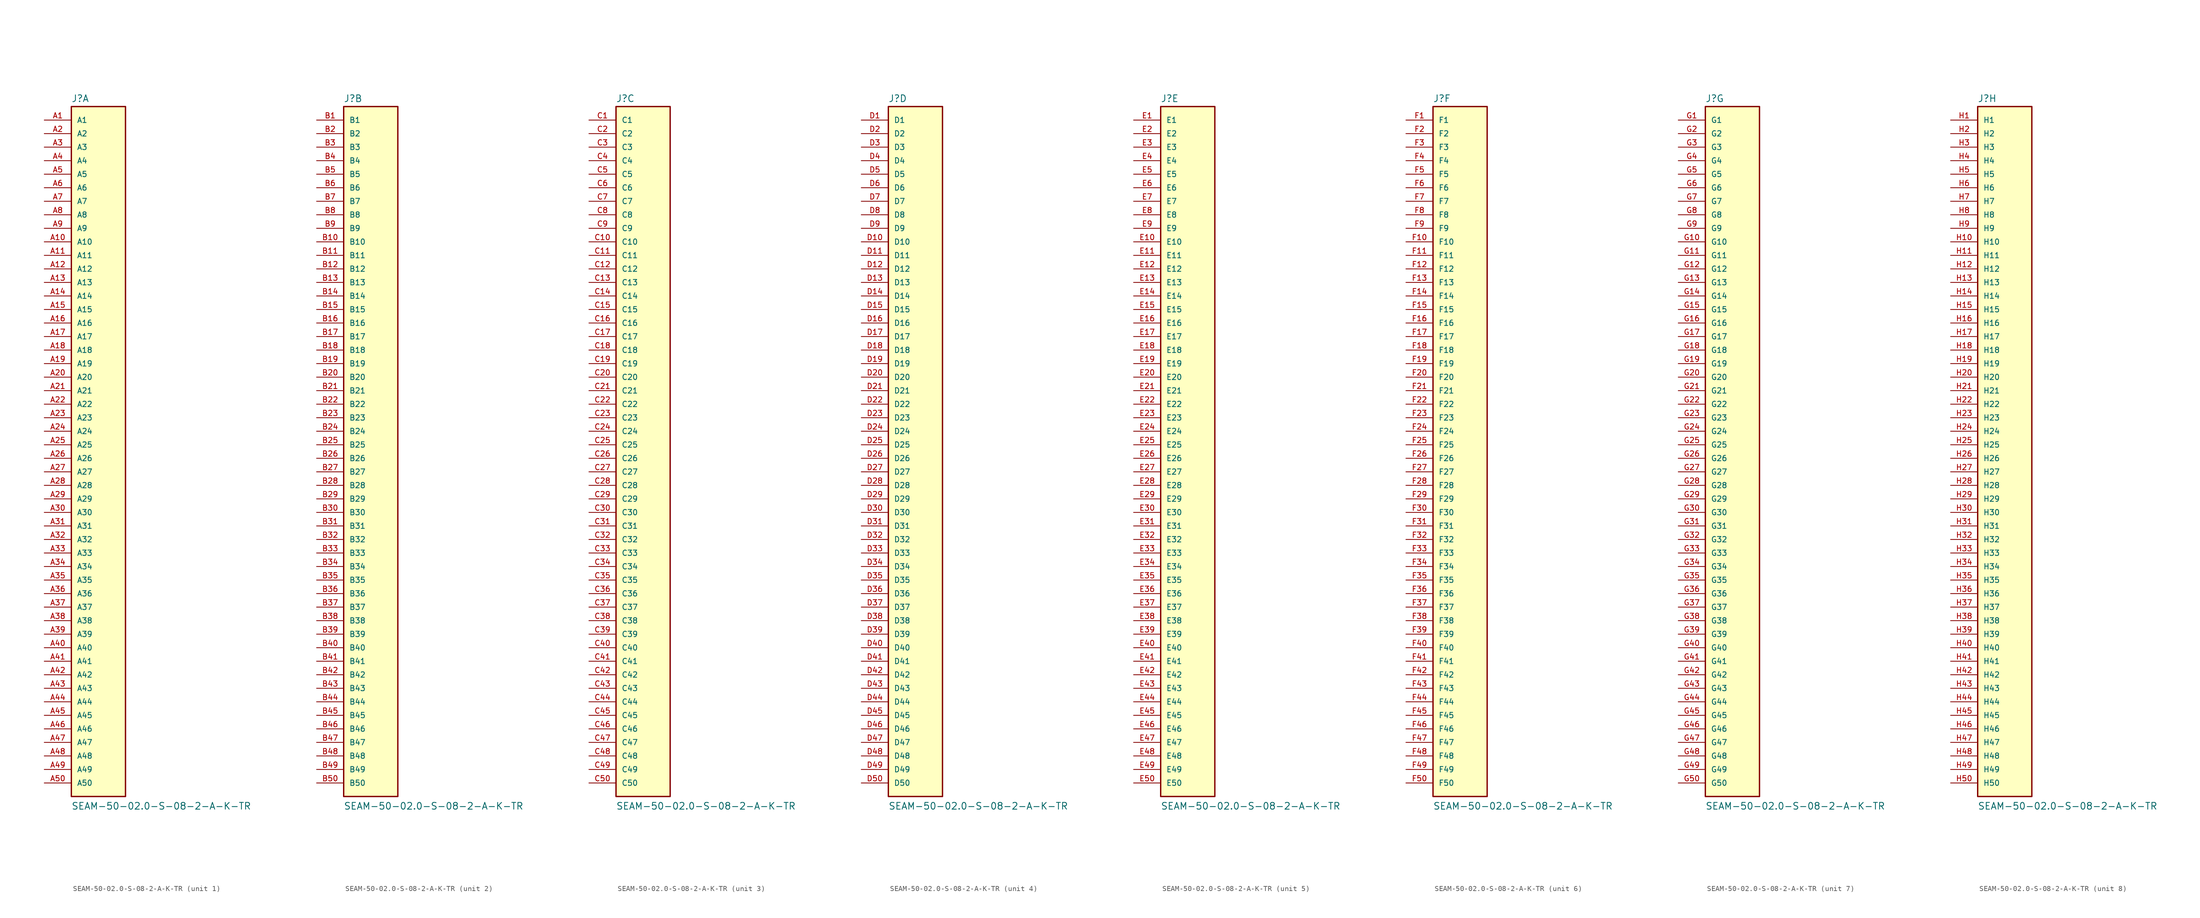
<source format=kicad_sym>
(kicad_symbol_lib
  (version 20211014)
  (generator kicad_symbol_editor)
  (symbol "SEAM-50-02.0-S-08-2-A-K-TR"
    (pin_names
      (offset 1.016))
    (property "Reference" "J"
      (at -5.08 64.262 0)
      (effects (font (size 1.27 1.27)) (justify bottom left)))
    (property "Value" "SEAM-50-02.0-S-08-2-A-K-TR"
      (at -5.08 -68.58 0)
      (effects (font (size 1.27 1.27)) (justify bottom left)))
    (symbol "SEAM-50-02.0-S-08-2-A-K-TR_1_0"
      (rectangle (start -5.08 -66.04) (end 5.08 63.5) (stroke (width 0.254)) (fill (type background)))
      (pin passive line (at -10.16 60.96 0) (length 5.08) (name "A1" (effects (font (size 1.016 1.016)))) (number "A1" (effects (font (size 1.016 1.016)))))
      (pin passive line (at -10.16 58.42 0) (length 5.08) (name "A2" (effects (font (size 1.016 1.016)))) (number "A2" (effects (font (size 1.016 1.016)))))
      (pin passive line (at -10.16 55.88 0) (length 5.08) (name "A3" (effects (font (size 1.016 1.016)))) (number "A3" (effects (font (size 1.016 1.016)))))
      (pin passive line (at -10.16 53.34 0) (length 5.08) (name "A4" (effects (font (size 1.016 1.016)))) (number "A4" (effects (font (size 1.016 1.016)))))
      (pin passive line (at -10.16 50.8 0) (length 5.08) (name "A5" (effects (font (size 1.016 1.016)))) (number "A5" (effects (font (size 1.016 1.016)))))
      (pin passive line (at -10.16 48.26 0) (length 5.08) (name "A6" (effects (font (size 1.016 1.016)))) (number "A6" (effects (font (size 1.016 1.016)))))
      (pin passive line (at -10.16 45.72 0) (length 5.08) (name "A7" (effects (font (size 1.016 1.016)))) (number "A7" (effects (font (size 1.016 1.016)))))
      (pin passive line (at -10.16 43.18 0) (length 5.08) (name "A8" (effects (font (size 1.016 1.016)))) (number "A8" (effects (font (size 1.016 1.016)))))
      (pin passive line (at -10.16 40.64 0) (length 5.08) (name "A9" (effects (font (size 1.016 1.016)))) (number "A9" (effects (font (size 1.016 1.016)))))
      (pin passive line (at -10.16 38.1 0) (length 5.08) (name "A10" (effects (font (size 1.016 1.016)))) (number "A10" (effects (font (size 1.016 1.016)))))
      (pin passive line (at -10.16 35.56 0) (length 5.08) (name "A11" (effects (font (size 1.016 1.016)))) (number "A11" (effects (font (size 1.016 1.016)))))
      (pin passive line (at -10.16 33.02 0) (length 5.08) (name "A12" (effects (font (size 1.016 1.016)))) (number "A12" (effects (font (size 1.016 1.016)))))
      (pin passive line (at -10.16 30.48 0) (length 5.08) (name "A13" (effects (font (size 1.016 1.016)))) (number "A13" (effects (font (size 1.016 1.016)))))
      (pin passive line (at -10.16 27.94 0) (length 5.08) (name "A14" (effects (font (size 1.016 1.016)))) (number "A14" (effects (font (size 1.016 1.016)))))
      (pin passive line (at -10.16 25.4 0) (length 5.08) (name "A15" (effects (font (size 1.016 1.016)))) (number "A15" (effects (font (size 1.016 1.016)))))
      (pin passive line (at -10.16 22.86 0) (length 5.08) (name "A16" (effects (font (size 1.016 1.016)))) (number "A16" (effects (font (size 1.016 1.016)))))
      (pin passive line (at -10.16 20.32 0) (length 5.08) (name "A17" (effects (font (size 1.016 1.016)))) (number "A17" (effects (font (size 1.016 1.016)))))
      (pin passive line (at -10.16 17.78 0) (length 5.08) (name "A18" (effects (font (size 1.016 1.016)))) (number "A18" (effects (font (size 1.016 1.016)))))
      (pin passive line (at -10.16 15.24 0) (length 5.08) (name "A19" (effects (font (size 1.016 1.016)))) (number "A19" (effects (font (size 1.016 1.016)))))
      (pin passive line (at -10.16 12.7 0) (length 5.08) (name "A20" (effects (font (size 1.016 1.016)))) (number "A20" (effects (font (size 1.016 1.016)))))
      (pin passive line (at -10.16 10.16 0) (length 5.08) (name "A21" (effects (font (size 1.016 1.016)))) (number "A21" (effects (font (size 1.016 1.016)))))
      (pin passive line (at -10.16 7.62 0) (length 5.08) (name "A22" (effects (font (size 1.016 1.016)))) (number "A22" (effects (font (size 1.016 1.016)))))
      (pin passive line (at -10.16 5.08 0) (length 5.08) (name "A23" (effects (font (size 1.016 1.016)))) (number "A23" (effects (font (size 1.016 1.016)))))
      (pin passive line (at -10.16 2.54 0) (length 5.08) (name "A24" (effects (font (size 1.016 1.016)))) (number "A24" (effects (font (size 1.016 1.016)))))
      (pin passive line (at -10.16 0.0 0) (length 5.08) (name "A25" (effects (font (size 1.016 1.016)))) (number "A25" (effects (font (size 1.016 1.016)))))
      (pin passive line (at -10.16 -2.54 0) (length 5.08) (name "A26" (effects (font (size 1.016 1.016)))) (number "A26" (effects (font (size 1.016 1.016)))))
      (pin passive line (at -10.16 -5.08 0) (length 5.08) (name "A27" (effects (font (size 1.016 1.016)))) (number "A27" (effects (font (size 1.016 1.016)))))
      (pin passive line (at -10.16 -7.62 0) (length 5.08) (name "A28" (effects (font (size 1.016 1.016)))) (number "A28" (effects (font (size 1.016 1.016)))))
      (pin passive line (at -10.16 -10.16 0) (length 5.08) (name "A29" (effects (font (size 1.016 1.016)))) (number "A29" (effects (font (size 1.016 1.016)))))
      (pin passive line (at -10.16 -12.7 0) (length 5.08) (name "A30" (effects (font (size 1.016 1.016)))) (number "A30" (effects (font (size 1.016 1.016)))))
      (pin passive line (at -10.16 -15.24 0) (length 5.08) (name "A31" (effects (font (size 1.016 1.016)))) (number "A31" (effects (font (size 1.016 1.016)))))
      (pin passive line (at -10.16 -17.78 0) (length 5.08) (name "A32" (effects (font (size 1.016 1.016)))) (number "A32" (effects (font (size 1.016 1.016)))))
      (pin passive line (at -10.16 -20.32 0) (length 5.08) (name "A33" (effects (font (size 1.016 1.016)))) (number "A33" (effects (font (size 1.016 1.016)))))
      (pin passive line (at -10.16 -22.86 0) (length 5.08) (name "A34" (effects (font (size 1.016 1.016)))) (number "A34" (effects (font (size 1.016 1.016)))))
      (pin passive line (at -10.16 -25.4 0) (length 5.08) (name "A35" (effects (font (size 1.016 1.016)))) (number "A35" (effects (font (size 1.016 1.016)))))
      (pin passive line (at -10.16 -27.94 0) (length 5.08) (name "A36" (effects (font (size 1.016 1.016)))) (number "A36" (effects (font (size 1.016 1.016)))))
      (pin passive line (at -10.16 -30.48 0) (length 5.08) (name "A37" (effects (font (size 1.016 1.016)))) (number "A37" (effects (font (size 1.016 1.016)))))
      (pin passive line (at -10.16 -33.02 0) (length 5.08) (name "A38" (effects (font (size 1.016 1.016)))) (number "A38" (effects (font (size 1.016 1.016)))))
      (pin passive line (at -10.16 -35.56 0) (length 5.08) (name "A39" (effects (font (size 1.016 1.016)))) (number "A39" (effects (font (size 1.016 1.016)))))
      (pin passive line (at -10.16 -38.1 0) (length 5.08) (name "A40" (effects (font (size 1.016 1.016)))) (number "A40" (effects (font (size 1.016 1.016)))))
      (pin passive line (at -10.16 -40.64 0) (length 5.08) (name "A41" (effects (font (size 1.016 1.016)))) (number "A41" (effects (font (size 1.016 1.016)))))
      (pin passive line (at -10.16 -43.18 0) (length 5.08) (name "A42" (effects (font (size 1.016 1.016)))) (number "A42" (effects (font (size 1.016 1.016)))))
      (pin passive line (at -10.16 -45.72 0) (length 5.08) (name "A43" (effects (font (size 1.016 1.016)))) (number "A43" (effects (font (size 1.016 1.016)))))
      (pin passive line (at -10.16 -48.26 0) (length 5.08) (name "A44" (effects (font (size 1.016 1.016)))) (number "A44" (effects (font (size 1.016 1.016)))))
      (pin passive line (at -10.16 -50.8 0) (length 5.08) (name "A45" (effects (font (size 1.016 1.016)))) (number "A45" (effects (font (size 1.016 1.016)))))
      (pin passive line (at -10.16 -53.34 0) (length 5.08) (name "A46" (effects (font (size 1.016 1.016)))) (number "A46" (effects (font (size 1.016 1.016)))))
      (pin passive line (at -10.16 -55.88 0) (length 5.08) (name "A47" (effects (font (size 1.016 1.016)))) (number "A47" (effects (font (size 1.016 1.016)))))
      (pin passive line (at -10.16 -58.42 0) (length 5.08) (name "A48" (effects (font (size 1.016 1.016)))) (number "A48" (effects (font (size 1.016 1.016)))))
      (pin passive line (at -10.16 -60.96 0) (length 5.08) (name "A49" (effects (font (size 1.016 1.016)))) (number "A49" (effects (font (size 1.016 1.016)))))
      (pin passive line (at -10.16 -63.5 0) (length 5.08) (name "A50" (effects (font (size 1.016 1.016)))) (number "A50" (effects (font (size 1.016 1.016))))))
    (symbol "SEAM-50-02.0-S-08-2-A-K-TR_2_0"
      (rectangle (start -5.08 -66.04) (end 5.08 63.5) (stroke (width 0.254)) (fill (type background)))
      (pin passive line (at -10.16 60.96 0) (length 5.08) (name "B1" (effects (font (size 1.016 1.016)))) (number "B1" (effects (font (size 1.016 1.016)))))
      (pin passive line (at -10.16 58.42 0) (length 5.08) (name "B2" (effects (font (size 1.016 1.016)))) (number "B2" (effects (font (size 1.016 1.016)))))
      (pin passive line (at -10.16 55.88 0) (length 5.08) (name "B3" (effects (font (size 1.016 1.016)))) (number "B3" (effects (font (size 1.016 1.016)))))
      (pin passive line (at -10.16 53.34 0) (length 5.08) (name "B4" (effects (font (size 1.016 1.016)))) (number "B4" (effects (font (size 1.016 1.016)))))
      (pin passive line (at -10.16 50.8 0) (length 5.08) (name "B5" (effects (font (size 1.016 1.016)))) (number "B5" (effects (font (size 1.016 1.016)))))
      (pin passive line (at -10.16 48.26 0) (length 5.08) (name "B6" (effects (font (size 1.016 1.016)))) (number "B6" (effects (font (size 1.016 1.016)))))
      (pin passive line (at -10.16 45.72 0) (length 5.08) (name "B7" (effects (font (size 1.016 1.016)))) (number "B7" (effects (font (size 1.016 1.016)))))
      (pin passive line (at -10.16 43.18 0) (length 5.08) (name "B8" (effects (font (size 1.016 1.016)))) (number "B8" (effects (font (size 1.016 1.016)))))
      (pin passive line (at -10.16 40.64 0) (length 5.08) (name "B9" (effects (font (size 1.016 1.016)))) (number "B9" (effects (font (size 1.016 1.016)))))
      (pin passive line (at -10.16 38.1 0) (length 5.08) (name "B10" (effects (font (size 1.016 1.016)))) (number "B10" (effects (font (size 1.016 1.016)))))
      (pin passive line (at -10.16 35.56 0) (length 5.08) (name "B11" (effects (font (size 1.016 1.016)))) (number "B11" (effects (font (size 1.016 1.016)))))
      (pin passive line (at -10.16 33.02 0) (length 5.08) (name "B12" (effects (font (size 1.016 1.016)))) (number "B12" (effects (font (size 1.016 1.016)))))
      (pin passive line (at -10.16 30.48 0) (length 5.08) (name "B13" (effects (font (size 1.016 1.016)))) (number "B13" (effects (font (size 1.016 1.016)))))
      (pin passive line (at -10.16 27.94 0) (length 5.08) (name "B14" (effects (font (size 1.016 1.016)))) (number "B14" (effects (font (size 1.016 1.016)))))
      (pin passive line (at -10.16 25.4 0) (length 5.08) (name "B15" (effects (font (size 1.016 1.016)))) (number "B15" (effects (font (size 1.016 1.016)))))
      (pin passive line (at -10.16 22.86 0) (length 5.08) (name "B16" (effects (font (size 1.016 1.016)))) (number "B16" (effects (font (size 1.016 1.016)))))
      (pin passive line (at -10.16 20.32 0) (length 5.08) (name "B17" (effects (font (size 1.016 1.016)))) (number "B17" (effects (font (size 1.016 1.016)))))
      (pin passive line (at -10.16 17.78 0) (length 5.08) (name "B18" (effects (font (size 1.016 1.016)))) (number "B18" (effects (font (size 1.016 1.016)))))
      (pin passive line (at -10.16 15.24 0) (length 5.08) (name "B19" (effects (font (size 1.016 1.016)))) (number "B19" (effects (font (size 1.016 1.016)))))
      (pin passive line (at -10.16 12.7 0) (length 5.08) (name "B20" (effects (font (size 1.016 1.016)))) (number "B20" (effects (font (size 1.016 1.016)))))
      (pin passive line (at -10.16 10.16 0) (length 5.08) (name "B21" (effects (font (size 1.016 1.016)))) (number "B21" (effects (font (size 1.016 1.016)))))
      (pin passive line (at -10.16 7.62 0) (length 5.08) (name "B22" (effects (font (size 1.016 1.016)))) (number "B22" (effects (font (size 1.016 1.016)))))
      (pin passive line (at -10.16 5.08 0) (length 5.08) (name "B23" (effects (font (size 1.016 1.016)))) (number "B23" (effects (font (size 1.016 1.016)))))
      (pin passive line (at -10.16 2.54 0) (length 5.08) (name "B24" (effects (font (size 1.016 1.016)))) (number "B24" (effects (font (size 1.016 1.016)))))
      (pin passive line (at -10.16 0.0 0) (length 5.08) (name "B25" (effects (font (size 1.016 1.016)))) (number "B25" (effects (font (size 1.016 1.016)))))
      (pin passive line (at -10.16 -2.54 0) (length 5.08) (name "B26" (effects (font (size 1.016 1.016)))) (number "B26" (effects (font (size 1.016 1.016)))))
      (pin passive line (at -10.16 -5.08 0) (length 5.08) (name "B27" (effects (font (size 1.016 1.016)))) (number "B27" (effects (font (size 1.016 1.016)))))
      (pin passive line (at -10.16 -7.62 0) (length 5.08) (name "B28" (effects (font (size 1.016 1.016)))) (number "B28" (effects (font (size 1.016 1.016)))))
      (pin passive line (at -10.16 -10.16 0) (length 5.08) (name "B29" (effects (font (size 1.016 1.016)))) (number "B29" (effects (font (size 1.016 1.016)))))
      (pin passive line (at -10.16 -12.7 0) (length 5.08) (name "B30" (effects (font (size 1.016 1.016)))) (number "B30" (effects (font (size 1.016 1.016)))))
      (pin passive line (at -10.16 -15.24 0) (length 5.08) (name "B31" (effects (font (size 1.016 1.016)))) (number "B31" (effects (font (size 1.016 1.016)))))
      (pin passive line (at -10.16 -17.78 0) (length 5.08) (name "B32" (effects (font (size 1.016 1.016)))) (number "B32" (effects (font (size 1.016 1.016)))))
      (pin passive line (at -10.16 -20.32 0) (length 5.08) (name "B33" (effects (font (size 1.016 1.016)))) (number "B33" (effects (font (size 1.016 1.016)))))
      (pin passive line (at -10.16 -22.86 0) (length 5.08) (name "B34" (effects (font (size 1.016 1.016)))) (number "B34" (effects (font (size 1.016 1.016)))))
      (pin passive line (at -10.16 -25.4 0) (length 5.08) (name "B35" (effects (font (size 1.016 1.016)))) (number "B35" (effects (font (size 1.016 1.016)))))
      (pin passive line (at -10.16 -27.94 0) (length 5.08) (name "B36" (effects (font (size 1.016 1.016)))) (number "B36" (effects (font (size 1.016 1.016)))))
      (pin passive line (at -10.16 -30.48 0) (length 5.08) (name "B37" (effects (font (size 1.016 1.016)))) (number "B37" (effects (font (size 1.016 1.016)))))
      (pin passive line (at -10.16 -33.02 0) (length 5.08) (name "B38" (effects (font (size 1.016 1.016)))) (number "B38" (effects (font (size 1.016 1.016)))))
      (pin passive line (at -10.16 -35.56 0) (length 5.08) (name "B39" (effects (font (size 1.016 1.016)))) (number "B39" (effects (font (size 1.016 1.016)))))
      (pin passive line (at -10.16 -38.1 0) (length 5.08) (name "B40" (effects (font (size 1.016 1.016)))) (number "B40" (effects (font (size 1.016 1.016)))))
      (pin passive line (at -10.16 -40.64 0) (length 5.08) (name "B41" (effects (font (size 1.016 1.016)))) (number "B41" (effects (font (size 1.016 1.016)))))
      (pin passive line (at -10.16 -43.18 0) (length 5.08) (name "B42" (effects (font (size 1.016 1.016)))) (number "B42" (effects (font (size 1.016 1.016)))))
      (pin passive line (at -10.16 -45.72 0) (length 5.08) (name "B43" (effects (font (size 1.016 1.016)))) (number "B43" (effects (font (size 1.016 1.016)))))
      (pin passive line (at -10.16 -48.26 0) (length 5.08) (name "B44" (effects (font (size 1.016 1.016)))) (number "B44" (effects (font (size 1.016 1.016)))))
      (pin passive line (at -10.16 -50.8 0) (length 5.08) (name "B45" (effects (font (size 1.016 1.016)))) (number "B45" (effects (font (size 1.016 1.016)))))
      (pin passive line (at -10.16 -53.34 0) (length 5.08) (name "B46" (effects (font (size 1.016 1.016)))) (number "B46" (effects (font (size 1.016 1.016)))))
      (pin passive line (at -10.16 -55.88 0) (length 5.08) (name "B47" (effects (font (size 1.016 1.016)))) (number "B47" (effects (font (size 1.016 1.016)))))
      (pin passive line (at -10.16 -58.42 0) (length 5.08) (name "B48" (effects (font (size 1.016 1.016)))) (number "B48" (effects (font (size 1.016 1.016)))))
      (pin passive line (at -10.16 -60.96 0) (length 5.08) (name "B49" (effects (font (size 1.016 1.016)))) (number "B49" (effects (font (size 1.016 1.016)))))
      (pin passive line (at -10.16 -63.5 0) (length 5.08) (name "B50" (effects (font (size 1.016 1.016)))) (number "B50" (effects (font (size 1.016 1.016))))))
    (symbol "SEAM-50-02.0-S-08-2-A-K-TR_3_0"
      (rectangle (start -5.08 -66.04) (end 5.08 63.5) (stroke (width 0.254)) (fill (type background)))
      (pin passive line (at -10.16 60.96 0) (length 5.08) (name "C1" (effects (font (size 1.016 1.016)))) (number "C1" (effects (font (size 1.016 1.016)))))
      (pin passive line (at -10.16 58.42 0) (length 5.08) (name "C2" (effects (font (size 1.016 1.016)))) (number "C2" (effects (font (size 1.016 1.016)))))
      (pin passive line (at -10.16 55.88 0) (length 5.08) (name "C3" (effects (font (size 1.016 1.016)))) (number "C3" (effects (font (size 1.016 1.016)))))
      (pin passive line (at -10.16 53.34 0) (length 5.08) (name "C4" (effects (font (size 1.016 1.016)))) (number "C4" (effects (font (size 1.016 1.016)))))
      (pin passive line (at -10.16 50.8 0) (length 5.08) (name "C5" (effects (font (size 1.016 1.016)))) (number "C5" (effects (font (size 1.016 1.016)))))
      (pin passive line (at -10.16 48.26 0) (length 5.08) (name "C6" (effects (font (size 1.016 1.016)))) (number "C6" (effects (font (size 1.016 1.016)))))
      (pin passive line (at -10.16 45.72 0) (length 5.08) (name "C7" (effects (font (size 1.016 1.016)))) (number "C7" (effects (font (size 1.016 1.016)))))
      (pin passive line (at -10.16 43.18 0) (length 5.08) (name "C8" (effects (font (size 1.016 1.016)))) (number "C8" (effects (font (size 1.016 1.016)))))
      (pin passive line (at -10.16 40.64 0) (length 5.08) (name "C9" (effects (font (size 1.016 1.016)))) (number "C9" (effects (font (size 1.016 1.016)))))
      (pin passive line (at -10.16 38.1 0) (length 5.08) (name "C10" (effects (font (size 1.016 1.016)))) (number "C10" (effects (font (size 1.016 1.016)))))
      (pin passive line (at -10.16 35.56 0) (length 5.08) (name "C11" (effects (font (size 1.016 1.016)))) (number "C11" (effects (font (size 1.016 1.016)))))
      (pin passive line (at -10.16 33.02 0) (length 5.08) (name "C12" (effects (font (size 1.016 1.016)))) (number "C12" (effects (font (size 1.016 1.016)))))
      (pin passive line (at -10.16 30.48 0) (length 5.08) (name "C13" (effects (font (size 1.016 1.016)))) (number "C13" (effects (font (size 1.016 1.016)))))
      (pin passive line (at -10.16 27.94 0) (length 5.08) (name "C14" (effects (font (size 1.016 1.016)))) (number "C14" (effects (font (size 1.016 1.016)))))
      (pin passive line (at -10.16 25.4 0) (length 5.08) (name "C15" (effects (font (size 1.016 1.016)))) (number "C15" (effects (font (size 1.016 1.016)))))
      (pin passive line (at -10.16 22.86 0) (length 5.08) (name "C16" (effects (font (size 1.016 1.016)))) (number "C16" (effects (font (size 1.016 1.016)))))
      (pin passive line (at -10.16 20.32 0) (length 5.08) (name "C17" (effects (font (size 1.016 1.016)))) (number "C17" (effects (font (size 1.016 1.016)))))
      (pin passive line (at -10.16 17.78 0) (length 5.08) (name "C18" (effects (font (size 1.016 1.016)))) (number "C18" (effects (font (size 1.016 1.016)))))
      (pin passive line (at -10.16 15.24 0) (length 5.08) (name "C19" (effects (font (size 1.016 1.016)))) (number "C19" (effects (font (size 1.016 1.016)))))
      (pin passive line (at -10.16 12.7 0) (length 5.08) (name "C20" (effects (font (size 1.016 1.016)))) (number "C20" (effects (font (size 1.016 1.016)))))
      (pin passive line (at -10.16 10.16 0) (length 5.08) (name "C21" (effects (font (size 1.016 1.016)))) (number "C21" (effects (font (size 1.016 1.016)))))
      (pin passive line (at -10.16 7.62 0) (length 5.08) (name "C22" (effects (font (size 1.016 1.016)))) (number "C22" (effects (font (size 1.016 1.016)))))
      (pin passive line (at -10.16 5.08 0) (length 5.08) (name "C23" (effects (font (size 1.016 1.016)))) (number "C23" (effects (font (size 1.016 1.016)))))
      (pin passive line (at -10.16 2.54 0) (length 5.08) (name "C24" (effects (font (size 1.016 1.016)))) (number "C24" (effects (font (size 1.016 1.016)))))
      (pin passive line (at -10.16 0.0 0) (length 5.08) (name "C25" (effects (font (size 1.016 1.016)))) (number "C25" (effects (font (size 1.016 1.016)))))
      (pin passive line (at -10.16 -2.54 0) (length 5.08) (name "C26" (effects (font (size 1.016 1.016)))) (number "C26" (effects (font (size 1.016 1.016)))))
      (pin passive line (at -10.16 -5.08 0) (length 5.08) (name "C27" (effects (font (size 1.016 1.016)))) (number "C27" (effects (font (size 1.016 1.016)))))
      (pin passive line (at -10.16 -7.62 0) (length 5.08) (name "C28" (effects (font (size 1.016 1.016)))) (number "C28" (effects (font (size 1.016 1.016)))))
      (pin passive line (at -10.16 -10.16 0) (length 5.08) (name "C29" (effects (font (size 1.016 1.016)))) (number "C29" (effects (font (size 1.016 1.016)))))
      (pin passive line (at -10.16 -12.7 0) (length 5.08) (name "C30" (effects (font (size 1.016 1.016)))) (number "C30" (effects (font (size 1.016 1.016)))))
      (pin passive line (at -10.16 -15.24 0) (length 5.08) (name "C31" (effects (font (size 1.016 1.016)))) (number "C31" (effects (font (size 1.016 1.016)))))
      (pin passive line (at -10.16 -17.78 0) (length 5.08) (name "C32" (effects (font (size 1.016 1.016)))) (number "C32" (effects (font (size 1.016 1.016)))))
      (pin passive line (at -10.16 -20.32 0) (length 5.08) (name "C33" (effects (font (size 1.016 1.016)))) (number "C33" (effects (font (size 1.016 1.016)))))
      (pin passive line (at -10.16 -22.86 0) (length 5.08) (name "C34" (effects (font (size 1.016 1.016)))) (number "C34" (effects (font (size 1.016 1.016)))))
      (pin passive line (at -10.16 -25.4 0) (length 5.08) (name "C35" (effects (font (size 1.016 1.016)))) (number "C35" (effects (font (size 1.016 1.016)))))
      (pin passive line (at -10.16 -27.94 0) (length 5.08) (name "C36" (effects (font (size 1.016 1.016)))) (number "C36" (effects (font (size 1.016 1.016)))))
      (pin passive line (at -10.16 -30.48 0) (length 5.08) (name "C37" (effects (font (size 1.016 1.016)))) (number "C37" (effects (font (size 1.016 1.016)))))
      (pin passive line (at -10.16 -33.02 0) (length 5.08) (name "C38" (effects (font (size 1.016 1.016)))) (number "C38" (effects (font (size 1.016 1.016)))))
      (pin passive line (at -10.16 -35.56 0) (length 5.08) (name "C39" (effects (font (size 1.016 1.016)))) (number "C39" (effects (font (size 1.016 1.016)))))
      (pin passive line (at -10.16 -38.1 0) (length 5.08) (name "C40" (effects (font (size 1.016 1.016)))) (number "C40" (effects (font (size 1.016 1.016)))))
      (pin passive line (at -10.16 -40.64 0) (length 5.08) (name "C41" (effects (font (size 1.016 1.016)))) (number "C41" (effects (font (size 1.016 1.016)))))
      (pin passive line (at -10.16 -43.18 0) (length 5.08) (name "C42" (effects (font (size 1.016 1.016)))) (number "C42" (effects (font (size 1.016 1.016)))))
      (pin passive line (at -10.16 -45.72 0) (length 5.08) (name "C43" (effects (font (size 1.016 1.016)))) (number "C43" (effects (font (size 1.016 1.016)))))
      (pin passive line (at -10.16 -48.26 0) (length 5.08) (name "C44" (effects (font (size 1.016 1.016)))) (number "C44" (effects (font (size 1.016 1.016)))))
      (pin passive line (at -10.16 -50.8 0) (length 5.08) (name "C45" (effects (font (size 1.016 1.016)))) (number "C45" (effects (font (size 1.016 1.016)))))
      (pin passive line (at -10.16 -53.34 0) (length 5.08) (name "C46" (effects (font (size 1.016 1.016)))) (number "C46" (effects (font (size 1.016 1.016)))))
      (pin passive line (at -10.16 -55.88 0) (length 5.08) (name "C47" (effects (font (size 1.016 1.016)))) (number "C47" (effects (font (size 1.016 1.016)))))
      (pin passive line (at -10.16 -58.42 0) (length 5.08) (name "C48" (effects (font (size 1.016 1.016)))) (number "C48" (effects (font (size 1.016 1.016)))))
      (pin passive line (at -10.16 -60.96 0) (length 5.08) (name "C49" (effects (font (size 1.016 1.016)))) (number "C49" (effects (font (size 1.016 1.016)))))
      (pin passive line (at -10.16 -63.5 0) (length 5.08) (name "C50" (effects (font (size 1.016 1.016)))) (number "C50" (effects (font (size 1.016 1.016))))))
    (symbol "SEAM-50-02.0-S-08-2-A-K-TR_4_0"
      (rectangle (start -5.08 -66.04) (end 5.08 63.5) (stroke (width 0.254)) (fill (type background)))
      (pin passive line (at -10.16 60.96 0) (length 5.08) (name "D1" (effects (font (size 1.016 1.016)))) (number "D1" (effects (font (size 1.016 1.016)))))
      (pin passive line (at -10.16 58.42 0) (length 5.08) (name "D2" (effects (font (size 1.016 1.016)))) (number "D2" (effects (font (size 1.016 1.016)))))
      (pin passive line (at -10.16 55.88 0) (length 5.08) (name "D3" (effects (font (size 1.016 1.016)))) (number "D3" (effects (font (size 1.016 1.016)))))
      (pin passive line (at -10.16 53.34 0) (length 5.08) (name "D4" (effects (font (size 1.016 1.016)))) (number "D4" (effects (font (size 1.016 1.016)))))
      (pin passive line (at -10.16 50.8 0) (length 5.08) (name "D5" (effects (font (size 1.016 1.016)))) (number "D5" (effects (font (size 1.016 1.016)))))
      (pin passive line (at -10.16 48.26 0) (length 5.08) (name "D6" (effects (font (size 1.016 1.016)))) (number "D6" (effects (font (size 1.016 1.016)))))
      (pin passive line (at -10.16 45.72 0) (length 5.08) (name "D7" (effects (font (size 1.016 1.016)))) (number "D7" (effects (font (size 1.016 1.016)))))
      (pin passive line (at -10.16 43.18 0) (length 5.08) (name "D8" (effects (font (size 1.016 1.016)))) (number "D8" (effects (font (size 1.016 1.016)))))
      (pin passive line (at -10.16 40.64 0) (length 5.08) (name "D9" (effects (font (size 1.016 1.016)))) (number "D9" (effects (font (size 1.016 1.016)))))
      (pin passive line (at -10.16 38.1 0) (length 5.08) (name "D10" (effects (font (size 1.016 1.016)))) (number "D10" (effects (font (size 1.016 1.016)))))
      (pin passive line (at -10.16 35.56 0) (length 5.08) (name "D11" (effects (font (size 1.016 1.016)))) (number "D11" (effects (font (size 1.016 1.016)))))
      (pin passive line (at -10.16 33.02 0) (length 5.08) (name "D12" (effects (font (size 1.016 1.016)))) (number "D12" (effects (font (size 1.016 1.016)))))
      (pin passive line (at -10.16 30.48 0) (length 5.08) (name "D13" (effects (font (size 1.016 1.016)))) (number "D13" (effects (font (size 1.016 1.016)))))
      (pin passive line (at -10.16 27.94 0) (length 5.08) (name "D14" (effects (font (size 1.016 1.016)))) (number "D14" (effects (font (size 1.016 1.016)))))
      (pin passive line (at -10.16 25.4 0) (length 5.08) (name "D15" (effects (font (size 1.016 1.016)))) (number "D15" (effects (font (size 1.016 1.016)))))
      (pin passive line (at -10.16 22.86 0) (length 5.08) (name "D16" (effects (font (size 1.016 1.016)))) (number "D16" (effects (font (size 1.016 1.016)))))
      (pin passive line (at -10.16 20.32 0) (length 5.08) (name "D17" (effects (font (size 1.016 1.016)))) (number "D17" (effects (font (size 1.016 1.016)))))
      (pin passive line (at -10.16 17.78 0) (length 5.08) (name "D18" (effects (font (size 1.016 1.016)))) (number "D18" (effects (font (size 1.016 1.016)))))
      (pin passive line (at -10.16 15.24 0) (length 5.08) (name "D19" (effects (font (size 1.016 1.016)))) (number "D19" (effects (font (size 1.016 1.016)))))
      (pin passive line (at -10.16 12.7 0) (length 5.08) (name "D20" (effects (font (size 1.016 1.016)))) (number "D20" (effects (font (size 1.016 1.016)))))
      (pin passive line (at -10.16 10.16 0) (length 5.08) (name "D21" (effects (font (size 1.016 1.016)))) (number "D21" (effects (font (size 1.016 1.016)))))
      (pin passive line (at -10.16 7.62 0) (length 5.08) (name "D22" (effects (font (size 1.016 1.016)))) (number "D22" (effects (font (size 1.016 1.016)))))
      (pin passive line (at -10.16 5.08 0) (length 5.08) (name "D23" (effects (font (size 1.016 1.016)))) (number "D23" (effects (font (size 1.016 1.016)))))
      (pin passive line (at -10.16 2.54 0) (length 5.08) (name "D24" (effects (font (size 1.016 1.016)))) (number "D24" (effects (font (size 1.016 1.016)))))
      (pin passive line (at -10.16 0.0 0) (length 5.08) (name "D25" (effects (font (size 1.016 1.016)))) (number "D25" (effects (font (size 1.016 1.016)))))
      (pin passive line (at -10.16 -2.54 0) (length 5.08) (name "D26" (effects (font (size 1.016 1.016)))) (number "D26" (effects (font (size 1.016 1.016)))))
      (pin passive line (at -10.16 -5.08 0) (length 5.08) (name "D27" (effects (font (size 1.016 1.016)))) (number "D27" (effects (font (size 1.016 1.016)))))
      (pin passive line (at -10.16 -7.62 0) (length 5.08) (name "D28" (effects (font (size 1.016 1.016)))) (number "D28" (effects (font (size 1.016 1.016)))))
      (pin passive line (at -10.16 -10.16 0) (length 5.08) (name "D29" (effects (font (size 1.016 1.016)))) (number "D29" (effects (font (size 1.016 1.016)))))
      (pin passive line (at -10.16 -12.7 0) (length 5.08) (name "D30" (effects (font (size 1.016 1.016)))) (number "D30" (effects (font (size 1.016 1.016)))))
      (pin passive line (at -10.16 -15.24 0) (length 5.08) (name "D31" (effects (font (size 1.016 1.016)))) (number "D31" (effects (font (size 1.016 1.016)))))
      (pin passive line (at -10.16 -17.78 0) (length 5.08) (name "D32" (effects (font (size 1.016 1.016)))) (number "D32" (effects (font (size 1.016 1.016)))))
      (pin passive line (at -10.16 -20.32 0) (length 5.08) (name "D33" (effects (font (size 1.016 1.016)))) (number "D33" (effects (font (size 1.016 1.016)))))
      (pin passive line (at -10.16 -22.86 0) (length 5.08) (name "D34" (effects (font (size 1.016 1.016)))) (number "D34" (effects (font (size 1.016 1.016)))))
      (pin passive line (at -10.16 -25.4 0) (length 5.08) (name "D35" (effects (font (size 1.016 1.016)))) (number "D35" (effects (font (size 1.016 1.016)))))
      (pin passive line (at -10.16 -27.94 0) (length 5.08) (name "D36" (effects (font (size 1.016 1.016)))) (number "D36" (effects (font (size 1.016 1.016)))))
      (pin passive line (at -10.16 -30.48 0) (length 5.08) (name "D37" (effects (font (size 1.016 1.016)))) (number "D37" (effects (font (size 1.016 1.016)))))
      (pin passive line (at -10.16 -33.02 0) (length 5.08) (name "D38" (effects (font (size 1.016 1.016)))) (number "D38" (effects (font (size 1.016 1.016)))))
      (pin passive line (at -10.16 -35.56 0) (length 5.08) (name "D39" (effects (font (size 1.016 1.016)))) (number "D39" (effects (font (size 1.016 1.016)))))
      (pin passive line (at -10.16 -38.1 0) (length 5.08) (name "D40" (effects (font (size 1.016 1.016)))) (number "D40" (effects (font (size 1.016 1.016)))))
      (pin passive line (at -10.16 -40.64 0) (length 5.08) (name "D41" (effects (font (size 1.016 1.016)))) (number "D41" (effects (font (size 1.016 1.016)))))
      (pin passive line (at -10.16 -43.18 0) (length 5.08) (name "D42" (effects (font (size 1.016 1.016)))) (number "D42" (effects (font (size 1.016 1.016)))))
      (pin passive line (at -10.16 -45.72 0) (length 5.08) (name "D43" (effects (font (size 1.016 1.016)))) (number "D43" (effects (font (size 1.016 1.016)))))
      (pin passive line (at -10.16 -48.26 0) (length 5.08) (name "D44" (effects (font (size 1.016 1.016)))) (number "D44" (effects (font (size 1.016 1.016)))))
      (pin passive line (at -10.16 -50.8 0) (length 5.08) (name "D45" (effects (font (size 1.016 1.016)))) (number "D45" (effects (font (size 1.016 1.016)))))
      (pin passive line (at -10.16 -53.34 0) (length 5.08) (name "D46" (effects (font (size 1.016 1.016)))) (number "D46" (effects (font (size 1.016 1.016)))))
      (pin passive line (at -10.16 -55.88 0) (length 5.08) (name "D47" (effects (font (size 1.016 1.016)))) (number "D47" (effects (font (size 1.016 1.016)))))
      (pin passive line (at -10.16 -58.42 0) (length 5.08) (name "D48" (effects (font (size 1.016 1.016)))) (number "D48" (effects (font (size 1.016 1.016)))))
      (pin passive line (at -10.16 -60.96 0) (length 5.08) (name "D49" (effects (font (size 1.016 1.016)))) (number "D49" (effects (font (size 1.016 1.016)))))
      (pin passive line (at -10.16 -63.5 0) (length 5.08) (name "D50" (effects (font (size 1.016 1.016)))) (number "D50" (effects (font (size 1.016 1.016))))))
    (symbol "SEAM-50-02.0-S-08-2-A-K-TR_5_0"
      (rectangle (start -5.08 -66.04) (end 5.08 63.5) (stroke (width 0.254)) (fill (type background)))
      (pin passive line (at -10.16 60.96 0) (length 5.08) (name "E1" (effects (font (size 1.016 1.016)))) (number "E1" (effects (font (size 1.016 1.016)))))
      (pin passive line (at -10.16 58.42 0) (length 5.08) (name "E2" (effects (font (size 1.016 1.016)))) (number "E2" (effects (font (size 1.016 1.016)))))
      (pin passive line (at -10.16 55.88 0) (length 5.08) (name "E3" (effects (font (size 1.016 1.016)))) (number "E3" (effects (font (size 1.016 1.016)))))
      (pin passive line (at -10.16 53.34 0) (length 5.08) (name "E4" (effects (font (size 1.016 1.016)))) (number "E4" (effects (font (size 1.016 1.016)))))
      (pin passive line (at -10.16 50.8 0) (length 5.08) (name "E5" (effects (font (size 1.016 1.016)))) (number "E5" (effects (font (size 1.016 1.016)))))
      (pin passive line (at -10.16 48.26 0) (length 5.08) (name "E6" (effects (font (size 1.016 1.016)))) (number "E6" (effects (font (size 1.016 1.016)))))
      (pin passive line (at -10.16 45.72 0) (length 5.08) (name "E7" (effects (font (size 1.016 1.016)))) (number "E7" (effects (font (size 1.016 1.016)))))
      (pin passive line (at -10.16 43.18 0) (length 5.08) (name "E8" (effects (font (size 1.016 1.016)))) (number "E8" (effects (font (size 1.016 1.016)))))
      (pin passive line (at -10.16 40.64 0) (length 5.08) (name "E9" (effects (font (size 1.016 1.016)))) (number "E9" (effects (font (size 1.016 1.016)))))
      (pin passive line (at -10.16 38.1 0) (length 5.08) (name "E10" (effects (font (size 1.016 1.016)))) (number "E10" (effects (font (size 1.016 1.016)))))
      (pin passive line (at -10.16 35.56 0) (length 5.08) (name "E11" (effects (font (size 1.016 1.016)))) (number "E11" (effects (font (size 1.016 1.016)))))
      (pin passive line (at -10.16 33.02 0) (length 5.08) (name "E12" (effects (font (size 1.016 1.016)))) (number "E12" (effects (font (size 1.016 1.016)))))
      (pin passive line (at -10.16 30.48 0) (length 5.08) (name "E13" (effects (font (size 1.016 1.016)))) (number "E13" (effects (font (size 1.016 1.016)))))
      (pin passive line (at -10.16 27.94 0) (length 5.08) (name "E14" (effects (font (size 1.016 1.016)))) (number "E14" (effects (font (size 1.016 1.016)))))
      (pin passive line (at -10.16 25.4 0) (length 5.08) (name "E15" (effects (font (size 1.016 1.016)))) (number "E15" (effects (font (size 1.016 1.016)))))
      (pin passive line (at -10.16 22.86 0) (length 5.08) (name "E16" (effects (font (size 1.016 1.016)))) (number "E16" (effects (font (size 1.016 1.016)))))
      (pin passive line (at -10.16 20.32 0) (length 5.08) (name "E17" (effects (font (size 1.016 1.016)))) (number "E17" (effects (font (size 1.016 1.016)))))
      (pin passive line (at -10.16 17.78 0) (length 5.08) (name "E18" (effects (font (size 1.016 1.016)))) (number "E18" (effects (font (size 1.016 1.016)))))
      (pin passive line (at -10.16 15.24 0) (length 5.08) (name "E19" (effects (font (size 1.016 1.016)))) (number "E19" (effects (font (size 1.016 1.016)))))
      (pin passive line (at -10.16 12.7 0) (length 5.08) (name "E20" (effects (font (size 1.016 1.016)))) (number "E20" (effects (font (size 1.016 1.016)))))
      (pin passive line (at -10.16 10.16 0) (length 5.08) (name "E21" (effects (font (size 1.016 1.016)))) (number "E21" (effects (font (size 1.016 1.016)))))
      (pin passive line (at -10.16 7.62 0) (length 5.08) (name "E22" (effects (font (size 1.016 1.016)))) (number "E22" (effects (font (size 1.016 1.016)))))
      (pin passive line (at -10.16 5.08 0) (length 5.08) (name "E23" (effects (font (size 1.016 1.016)))) (number "E23" (effects (font (size 1.016 1.016)))))
      (pin passive line (at -10.16 2.54 0) (length 5.08) (name "E24" (effects (font (size 1.016 1.016)))) (number "E24" (effects (font (size 1.016 1.016)))))
      (pin passive line (at -10.16 0.0 0) (length 5.08) (name "E25" (effects (font (size 1.016 1.016)))) (number "E25" (effects (font (size 1.016 1.016)))))
      (pin passive line (at -10.16 -2.54 0) (length 5.08) (name "E26" (effects (font (size 1.016 1.016)))) (number "E26" (effects (font (size 1.016 1.016)))))
      (pin passive line (at -10.16 -5.08 0) (length 5.08) (name "E27" (effects (font (size 1.016 1.016)))) (number "E27" (effects (font (size 1.016 1.016)))))
      (pin passive line (at -10.16 -7.62 0) (length 5.08) (name "E28" (effects (font (size 1.016 1.016)))) (number "E28" (effects (font (size 1.016 1.016)))))
      (pin passive line (at -10.16 -10.16 0) (length 5.08) (name "E29" (effects (font (size 1.016 1.016)))) (number "E29" (effects (font (size 1.016 1.016)))))
      (pin passive line (at -10.16 -12.7 0) (length 5.08) (name "E30" (effects (font (size 1.016 1.016)))) (number "E30" (effects (font (size 1.016 1.016)))))
      (pin passive line (at -10.16 -15.24 0) (length 5.08) (name "E31" (effects (font (size 1.016 1.016)))) (number "E31" (effects (font (size 1.016 1.016)))))
      (pin passive line (at -10.16 -17.78 0) (length 5.08) (name "E32" (effects (font (size 1.016 1.016)))) (number "E32" (effects (font (size 1.016 1.016)))))
      (pin passive line (at -10.16 -20.32 0) (length 5.08) (name "E33" (effects (font (size 1.016 1.016)))) (number "E33" (effects (font (size 1.016 1.016)))))
      (pin passive line (at -10.16 -22.86 0) (length 5.08) (name "E34" (effects (font (size 1.016 1.016)))) (number "E34" (effects (font (size 1.016 1.016)))))
      (pin passive line (at -10.16 -25.4 0) (length 5.08) (name "E35" (effects (font (size 1.016 1.016)))) (number "E35" (effects (font (size 1.016 1.016)))))
      (pin passive line (at -10.16 -27.94 0) (length 5.08) (name "E36" (effects (font (size 1.016 1.016)))) (number "E36" (effects (font (size 1.016 1.016)))))
      (pin passive line (at -10.16 -30.48 0) (length 5.08) (name "E37" (effects (font (size 1.016 1.016)))) (number "E37" (effects (font (size 1.016 1.016)))))
      (pin passive line (at -10.16 -33.02 0) (length 5.08) (name "E38" (effects (font (size 1.016 1.016)))) (number "E38" (effects (font (size 1.016 1.016)))))
      (pin passive line (at -10.16 -35.56 0) (length 5.08) (name "E39" (effects (font (size 1.016 1.016)))) (number "E39" (effects (font (size 1.016 1.016)))))
      (pin passive line (at -10.16 -38.1 0) (length 5.08) (name "E40" (effects (font (size 1.016 1.016)))) (number "E40" (effects (font (size 1.016 1.016)))))
      (pin passive line (at -10.16 -40.64 0) (length 5.08) (name "E41" (effects (font (size 1.016 1.016)))) (number "E41" (effects (font (size 1.016 1.016)))))
      (pin passive line (at -10.16 -43.18 0) (length 5.08) (name "E42" (effects (font (size 1.016 1.016)))) (number "E42" (effects (font (size 1.016 1.016)))))
      (pin passive line (at -10.16 -45.72 0) (length 5.08) (name "E43" (effects (font (size 1.016 1.016)))) (number "E43" (effects (font (size 1.016 1.016)))))
      (pin passive line (at -10.16 -48.26 0) (length 5.08) (name "E44" (effects (font (size 1.016 1.016)))) (number "E44" (effects (font (size 1.016 1.016)))))
      (pin passive line (at -10.16 -50.8 0) (length 5.08) (name "E45" (effects (font (size 1.016 1.016)))) (number "E45" (effects (font (size 1.016 1.016)))))
      (pin passive line (at -10.16 -53.34 0) (length 5.08) (name "E46" (effects (font (size 1.016 1.016)))) (number "E46" (effects (font (size 1.016 1.016)))))
      (pin passive line (at -10.16 -55.88 0) (length 5.08) (name "E47" (effects (font (size 1.016 1.016)))) (number "E47" (effects (font (size 1.016 1.016)))))
      (pin passive line (at -10.16 -58.42 0) (length 5.08) (name "E48" (effects (font (size 1.016 1.016)))) (number "E48" (effects (font (size 1.016 1.016)))))
      (pin passive line (at -10.16 -60.96 0) (length 5.08) (name "E49" (effects (font (size 1.016 1.016)))) (number "E49" (effects (font (size 1.016 1.016)))))
      (pin passive line (at -10.16 -63.5 0) (length 5.08) (name "E50" (effects (font (size 1.016 1.016)))) (number "E50" (effects (font (size 1.016 1.016))))))
    (symbol "SEAM-50-02.0-S-08-2-A-K-TR_6_0"
      (rectangle (start -5.08 -66.04) (end 5.08 63.5) (stroke (width 0.254)) (fill (type background)))
      (pin passive line (at -10.16 60.96 0) (length 5.08) (name "F1" (effects (font (size 1.016 1.016)))) (number "F1" (effects (font (size 1.016 1.016)))))
      (pin passive line (at -10.16 58.42 0) (length 5.08) (name "F2" (effects (font (size 1.016 1.016)))) (number "F2" (effects (font (size 1.016 1.016)))))
      (pin passive line (at -10.16 55.88 0) (length 5.08) (name "F3" (effects (font (size 1.016 1.016)))) (number "F3" (effects (font (size 1.016 1.016)))))
      (pin passive line (at -10.16 53.34 0) (length 5.08) (name "F4" (effects (font (size 1.016 1.016)))) (number "F4" (effects (font (size 1.016 1.016)))))
      (pin passive line (at -10.16 50.8 0) (length 5.08) (name "F5" (effects (font (size 1.016 1.016)))) (number "F5" (effects (font (size 1.016 1.016)))))
      (pin passive line (at -10.16 48.26 0) (length 5.08) (name "F6" (effects (font (size 1.016 1.016)))) (number "F6" (effects (font (size 1.016 1.016)))))
      (pin passive line (at -10.16 45.72 0) (length 5.08) (name "F7" (effects (font (size 1.016 1.016)))) (number "F7" (effects (font (size 1.016 1.016)))))
      (pin passive line (at -10.16 43.18 0) (length 5.08) (name "F8" (effects (font (size 1.016 1.016)))) (number "F8" (effects (font (size 1.016 1.016)))))
      (pin passive line (at -10.16 40.64 0) (length 5.08) (name "F9" (effects (font (size 1.016 1.016)))) (number "F9" (effects (font (size 1.016 1.016)))))
      (pin passive line (at -10.16 38.1 0) (length 5.08) (name "F10" (effects (font (size 1.016 1.016)))) (number "F10" (effects (font (size 1.016 1.016)))))
      (pin passive line (at -10.16 35.56 0) (length 5.08) (name "F11" (effects (font (size 1.016 1.016)))) (number "F11" (effects (font (size 1.016 1.016)))))
      (pin passive line (at -10.16 33.02 0) (length 5.08) (name "F12" (effects (font (size 1.016 1.016)))) (number "F12" (effects (font (size 1.016 1.016)))))
      (pin passive line (at -10.16 30.48 0) (length 5.08) (name "F13" (effects (font (size 1.016 1.016)))) (number "F13" (effects (font (size 1.016 1.016)))))
      (pin passive line (at -10.16 27.94 0) (length 5.08) (name "F14" (effects (font (size 1.016 1.016)))) (number "F14" (effects (font (size 1.016 1.016)))))
      (pin passive line (at -10.16 25.4 0) (length 5.08) (name "F15" (effects (font (size 1.016 1.016)))) (number "F15" (effects (font (size 1.016 1.016)))))
      (pin passive line (at -10.16 22.86 0) (length 5.08) (name "F16" (effects (font (size 1.016 1.016)))) (number "F16" (effects (font (size 1.016 1.016)))))
      (pin passive line (at -10.16 20.32 0) (length 5.08) (name "F17" (effects (font (size 1.016 1.016)))) (number "F17" (effects (font (size 1.016 1.016)))))
      (pin passive line (at -10.16 17.78 0) (length 5.08) (name "F18" (effects (font (size 1.016 1.016)))) (number "F18" (effects (font (size 1.016 1.016)))))
      (pin passive line (at -10.16 15.24 0) (length 5.08) (name "F19" (effects (font (size 1.016 1.016)))) (number "F19" (effects (font (size 1.016 1.016)))))
      (pin passive line (at -10.16 12.7 0) (length 5.08) (name "F20" (effects (font (size 1.016 1.016)))) (number "F20" (effects (font (size 1.016 1.016)))))
      (pin passive line (at -10.16 10.16 0) (length 5.08) (name "F21" (effects (font (size 1.016 1.016)))) (number "F21" (effects (font (size 1.016 1.016)))))
      (pin passive line (at -10.16 7.62 0) (length 5.08) (name "F22" (effects (font (size 1.016 1.016)))) (number "F22" (effects (font (size 1.016 1.016)))))
      (pin passive line (at -10.16 5.08 0) (length 5.08) (name "F23" (effects (font (size 1.016 1.016)))) (number "F23" (effects (font (size 1.016 1.016)))))
      (pin passive line (at -10.16 2.54 0) (length 5.08) (name "F24" (effects (font (size 1.016 1.016)))) (number "F24" (effects (font (size 1.016 1.016)))))
      (pin passive line (at -10.16 0.0 0) (length 5.08) (name "F25" (effects (font (size 1.016 1.016)))) (number "F25" (effects (font (size 1.016 1.016)))))
      (pin passive line (at -10.16 -2.54 0) (length 5.08) (name "F26" (effects (font (size 1.016 1.016)))) (number "F26" (effects (font (size 1.016 1.016)))))
      (pin passive line (at -10.16 -5.08 0) (length 5.08) (name "F27" (effects (font (size 1.016 1.016)))) (number "F27" (effects (font (size 1.016 1.016)))))
      (pin passive line (at -10.16 -7.62 0) (length 5.08) (name "F28" (effects (font (size 1.016 1.016)))) (number "F28" (effects (font (size 1.016 1.016)))))
      (pin passive line (at -10.16 -10.16 0) (length 5.08) (name "F29" (effects (font (size 1.016 1.016)))) (number "F29" (effects (font (size 1.016 1.016)))))
      (pin passive line (at -10.16 -12.7 0) (length 5.08) (name "F30" (effects (font (size 1.016 1.016)))) (number "F30" (effects (font (size 1.016 1.016)))))
      (pin passive line (at -10.16 -15.24 0) (length 5.08) (name "F31" (effects (font (size 1.016 1.016)))) (number "F31" (effects (font (size 1.016 1.016)))))
      (pin passive line (at -10.16 -17.78 0) (length 5.08) (name "F32" (effects (font (size 1.016 1.016)))) (number "F32" (effects (font (size 1.016 1.016)))))
      (pin passive line (at -10.16 -20.32 0) (length 5.08) (name "F33" (effects (font (size 1.016 1.016)))) (number "F33" (effects (font (size 1.016 1.016)))))
      (pin passive line (at -10.16 -22.86 0) (length 5.08) (name "F34" (effects (font (size 1.016 1.016)))) (number "F34" (effects (font (size 1.016 1.016)))))
      (pin passive line (at -10.16 -25.4 0) (length 5.08) (name "F35" (effects (font (size 1.016 1.016)))) (number "F35" (effects (font (size 1.016 1.016)))))
      (pin passive line (at -10.16 -27.94 0) (length 5.08) (name "F36" (effects (font (size 1.016 1.016)))) (number "F36" (effects (font (size 1.016 1.016)))))
      (pin passive line (at -10.16 -30.48 0) (length 5.08) (name "F37" (effects (font (size 1.016 1.016)))) (number "F37" (effects (font (size 1.016 1.016)))))
      (pin passive line (at -10.16 -33.02 0) (length 5.08) (name "F38" (effects (font (size 1.016 1.016)))) (number "F38" (effects (font (size 1.016 1.016)))))
      (pin passive line (at -10.16 -35.56 0) (length 5.08) (name "F39" (effects (font (size 1.016 1.016)))) (number "F39" (effects (font (size 1.016 1.016)))))
      (pin passive line (at -10.16 -38.1 0) (length 5.08) (name "F40" (effects (font (size 1.016 1.016)))) (number "F40" (effects (font (size 1.016 1.016)))))
      (pin passive line (at -10.16 -40.64 0) (length 5.08) (name "F41" (effects (font (size 1.016 1.016)))) (number "F41" (effects (font (size 1.016 1.016)))))
      (pin passive line (at -10.16 -43.18 0) (length 5.08) (name "F42" (effects (font (size 1.016 1.016)))) (number "F42" (effects (font (size 1.016 1.016)))))
      (pin passive line (at -10.16 -45.72 0) (length 5.08) (name "F43" (effects (font (size 1.016 1.016)))) (number "F43" (effects (font (size 1.016 1.016)))))
      (pin passive line (at -10.16 -48.26 0) (length 5.08) (name "F44" (effects (font (size 1.016 1.016)))) (number "F44" (effects (font (size 1.016 1.016)))))
      (pin passive line (at -10.16 -50.8 0) (length 5.08) (name "F45" (effects (font (size 1.016 1.016)))) (number "F45" (effects (font (size 1.016 1.016)))))
      (pin passive line (at -10.16 -53.34 0) (length 5.08) (name "F46" (effects (font (size 1.016 1.016)))) (number "F46" (effects (font (size 1.016 1.016)))))
      (pin passive line (at -10.16 -55.88 0) (length 5.08) (name "F47" (effects (font (size 1.016 1.016)))) (number "F47" (effects (font (size 1.016 1.016)))))
      (pin passive line (at -10.16 -58.42 0) (length 5.08) (name "F48" (effects (font (size 1.016 1.016)))) (number "F48" (effects (font (size 1.016 1.016)))))
      (pin passive line (at -10.16 -60.96 0) (length 5.08) (name "F49" (effects (font (size 1.016 1.016)))) (number "F49" (effects (font (size 1.016 1.016)))))
      (pin passive line (at -10.16 -63.5 0) (length 5.08) (name "F50" (effects (font (size 1.016 1.016)))) (number "F50" (effects (font (size 1.016 1.016))))))
    (symbol "SEAM-50-02.0-S-08-2-A-K-TR_7_0"
      (rectangle (start -5.08 -66.04) (end 5.08 63.5) (stroke (width 0.254)) (fill (type background)))
      (pin passive line (at -10.16 60.96 0) (length 5.08) (name "G1" (effects (font (size 1.016 1.016)))) (number "G1" (effects (font (size 1.016 1.016)))))
      (pin passive line (at -10.16 58.42 0) (length 5.08) (name "G2" (effects (font (size 1.016 1.016)))) (number "G2" (effects (font (size 1.016 1.016)))))
      (pin passive line (at -10.16 55.88 0) (length 5.08) (name "G3" (effects (font (size 1.016 1.016)))) (number "G3" (effects (font (size 1.016 1.016)))))
      (pin passive line (at -10.16 53.34 0) (length 5.08) (name "G4" (effects (font (size 1.016 1.016)))) (number "G4" (effects (font (size 1.016 1.016)))))
      (pin passive line (at -10.16 50.8 0) (length 5.08) (name "G5" (effects (font (size 1.016 1.016)))) (number "G5" (effects (font (size 1.016 1.016)))))
      (pin passive line (at -10.16 48.26 0) (length 5.08) (name "G6" (effects (font (size 1.016 1.016)))) (number "G6" (effects (font (size 1.016 1.016)))))
      (pin passive line (at -10.16 45.72 0) (length 5.08) (name "G7" (effects (font (size 1.016 1.016)))) (number "G7" (effects (font (size 1.016 1.016)))))
      (pin passive line (at -10.16 43.18 0) (length 5.08) (name "G8" (effects (font (size 1.016 1.016)))) (number "G8" (effects (font (size 1.016 1.016)))))
      (pin passive line (at -10.16 40.64 0) (length 5.08) (name "G9" (effects (font (size 1.016 1.016)))) (number "G9" (effects (font (size 1.016 1.016)))))
      (pin passive line (at -10.16 38.1 0) (length 5.08) (name "G10" (effects (font (size 1.016 1.016)))) (number "G10" (effects (font (size 1.016 1.016)))))
      (pin passive line (at -10.16 35.56 0) (length 5.08) (name "G11" (effects (font (size 1.016 1.016)))) (number "G11" (effects (font (size 1.016 1.016)))))
      (pin passive line (at -10.16 33.02 0) (length 5.08) (name "G12" (effects (font (size 1.016 1.016)))) (number "G12" (effects (font (size 1.016 1.016)))))
      (pin passive line (at -10.16 30.48 0) (length 5.08) (name "G13" (effects (font (size 1.016 1.016)))) (number "G13" (effects (font (size 1.016 1.016)))))
      (pin passive line (at -10.16 27.94 0) (length 5.08) (name "G14" (effects (font (size 1.016 1.016)))) (number "G14" (effects (font (size 1.016 1.016)))))
      (pin passive line (at -10.16 25.4 0) (length 5.08) (name "G15" (effects (font (size 1.016 1.016)))) (number "G15" (effects (font (size 1.016 1.016)))))
      (pin passive line (at -10.16 22.86 0) (length 5.08) (name "G16" (effects (font (size 1.016 1.016)))) (number "G16" (effects (font (size 1.016 1.016)))))
      (pin passive line (at -10.16 20.32 0) (length 5.08) (name "G17" (effects (font (size 1.016 1.016)))) (number "G17" (effects (font (size 1.016 1.016)))))
      (pin passive line (at -10.16 17.78 0) (length 5.08) (name "G18" (effects (font (size 1.016 1.016)))) (number "G18" (effects (font (size 1.016 1.016)))))
      (pin passive line (at -10.16 15.24 0) (length 5.08) (name "G19" (effects (font (size 1.016 1.016)))) (number "G19" (effects (font (size 1.016 1.016)))))
      (pin passive line (at -10.16 12.7 0) (length 5.08) (name "G20" (effects (font (size 1.016 1.016)))) (number "G20" (effects (font (size 1.016 1.016)))))
      (pin passive line (at -10.16 10.16 0) (length 5.08) (name "G21" (effects (font (size 1.016 1.016)))) (number "G21" (effects (font (size 1.016 1.016)))))
      (pin passive line (at -10.16 7.62 0) (length 5.08) (name "G22" (effects (font (size 1.016 1.016)))) (number "G22" (effects (font (size 1.016 1.016)))))
      (pin passive line (at -10.16 5.08 0) (length 5.08) (name "G23" (effects (font (size 1.016 1.016)))) (number "G23" (effects (font (size 1.016 1.016)))))
      (pin passive line (at -10.16 2.54 0) (length 5.08) (name "G24" (effects (font (size 1.016 1.016)))) (number "G24" (effects (font (size 1.016 1.016)))))
      (pin passive line (at -10.16 0.0 0) (length 5.08) (name "G25" (effects (font (size 1.016 1.016)))) (number "G25" (effects (font (size 1.016 1.016)))))
      (pin passive line (at -10.16 -2.54 0) (length 5.08) (name "G26" (effects (font (size 1.016 1.016)))) (number "G26" (effects (font (size 1.016 1.016)))))
      (pin passive line (at -10.16 -5.08 0) (length 5.08) (name "G27" (effects (font (size 1.016 1.016)))) (number "G27" (effects (font (size 1.016 1.016)))))
      (pin passive line (at -10.16 -7.62 0) (length 5.08) (name "G28" (effects (font (size 1.016 1.016)))) (number "G28" (effects (font (size 1.016 1.016)))))
      (pin passive line (at -10.16 -10.16 0) (length 5.08) (name "G29" (effects (font (size 1.016 1.016)))) (number "G29" (effects (font (size 1.016 1.016)))))
      (pin passive line (at -10.16 -12.7 0) (length 5.08) (name "G30" (effects (font (size 1.016 1.016)))) (number "G30" (effects (font (size 1.016 1.016)))))
      (pin passive line (at -10.16 -15.24 0) (length 5.08) (name "G31" (effects (font (size 1.016 1.016)))) (number "G31" (effects (font (size 1.016 1.016)))))
      (pin passive line (at -10.16 -17.78 0) (length 5.08) (name "G32" (effects (font (size 1.016 1.016)))) (number "G32" (effects (font (size 1.016 1.016)))))
      (pin passive line (at -10.16 -20.32 0) (length 5.08) (name "G33" (effects (font (size 1.016 1.016)))) (number "G33" (effects (font (size 1.016 1.016)))))
      (pin passive line (at -10.16 -22.86 0) (length 5.08) (name "G34" (effects (font (size 1.016 1.016)))) (number "G34" (effects (font (size 1.016 1.016)))))
      (pin passive line (at -10.16 -25.4 0) (length 5.08) (name "G35" (effects (font (size 1.016 1.016)))) (number "G35" (effects (font (size 1.016 1.016)))))
      (pin passive line (at -10.16 -27.94 0) (length 5.08) (name "G36" (effects (font (size 1.016 1.016)))) (number "G36" (effects (font (size 1.016 1.016)))))
      (pin passive line (at -10.16 -30.48 0) (length 5.08) (name "G37" (effects (font (size 1.016 1.016)))) (number "G37" (effects (font (size 1.016 1.016)))))
      (pin passive line (at -10.16 -33.02 0) (length 5.08) (name "G38" (effects (font (size 1.016 1.016)))) (number "G38" (effects (font (size 1.016 1.016)))))
      (pin passive line (at -10.16 -35.56 0) (length 5.08) (name "G39" (effects (font (size 1.016 1.016)))) (number "G39" (effects (font (size 1.016 1.016)))))
      (pin passive line (at -10.16 -38.1 0) (length 5.08) (name "G40" (effects (font (size 1.016 1.016)))) (number "G40" (effects (font (size 1.016 1.016)))))
      (pin passive line (at -10.16 -40.64 0) (length 5.08) (name "G41" (effects (font (size 1.016 1.016)))) (number "G41" (effects (font (size 1.016 1.016)))))
      (pin passive line (at -10.16 -43.18 0) (length 5.08) (name "G42" (effects (font (size 1.016 1.016)))) (number "G42" (effects (font (size 1.016 1.016)))))
      (pin passive line (at -10.16 -45.72 0) (length 5.08) (name "G43" (effects (font (size 1.016 1.016)))) (number "G43" (effects (font (size 1.016 1.016)))))
      (pin passive line (at -10.16 -48.26 0) (length 5.08) (name "G44" (effects (font (size 1.016 1.016)))) (number "G44" (effects (font (size 1.016 1.016)))))
      (pin passive line (at -10.16 -50.8 0) (length 5.08) (name "G45" (effects (font (size 1.016 1.016)))) (number "G45" (effects (font (size 1.016 1.016)))))
      (pin passive line (at -10.16 -53.34 0) (length 5.08) (name "G46" (effects (font (size 1.016 1.016)))) (number "G46" (effects (font (size 1.016 1.016)))))
      (pin passive line (at -10.16 -55.88 0) (length 5.08) (name "G47" (effects (font (size 1.016 1.016)))) (number "G47" (effects (font (size 1.016 1.016)))))
      (pin passive line (at -10.16 -58.42 0) (length 5.08) (name "G48" (effects (font (size 1.016 1.016)))) (number "G48" (effects (font (size 1.016 1.016)))))
      (pin passive line (at -10.16 -60.96 0) (length 5.08) (name "G49" (effects (font (size 1.016 1.016)))) (number "G49" (effects (font (size 1.016 1.016)))))
      (pin passive line (at -10.16 -63.5 0) (length 5.08) (name "G50" (effects (font (size 1.016 1.016)))) (number "G50" (effects (font (size 1.016 1.016))))))
    (symbol "SEAM-50-02.0-S-08-2-A-K-TR_8_0"
      (rectangle (start -5.08 -66.04) (end 5.08 63.5) (stroke (width 0.254)) (fill (type background)))
      (pin passive line (at -10.16 60.96 0) (length 5.08) (name "H1" (effects (font (size 1.016 1.016)))) (number "H1" (effects (font (size 1.016 1.016)))))
      (pin passive line (at -10.16 58.42 0) (length 5.08) (name "H2" (effects (font (size 1.016 1.016)))) (number "H2" (effects (font (size 1.016 1.016)))))
      (pin passive line (at -10.16 55.88 0) (length 5.08) (name "H3" (effects (font (size 1.016 1.016)))) (number "H3" (effects (font (size 1.016 1.016)))))
      (pin passive line (at -10.16 53.34 0) (length 5.08) (name "H4" (effects (font (size 1.016 1.016)))) (number "H4" (effects (font (size 1.016 1.016)))))
      (pin passive line (at -10.16 50.8 0) (length 5.08) (name "H5" (effects (font (size 1.016 1.016)))) (number "H5" (effects (font (size 1.016 1.016)))))
      (pin passive line (at -10.16 48.26 0) (length 5.08) (name "H6" (effects (font (size 1.016 1.016)))) (number "H6" (effects (font (size 1.016 1.016)))))
      (pin passive line (at -10.16 45.72 0) (length 5.08) (name "H7" (effects (font (size 1.016 1.016)))) (number "H7" (effects (font (size 1.016 1.016)))))
      (pin passive line (at -10.16 43.18 0) (length 5.08) (name "H8" (effects (font (size 1.016 1.016)))) (number "H8" (effects (font (size 1.016 1.016)))))
      (pin passive line (at -10.16 40.64 0) (length 5.08) (name "H9" (effects (font (size 1.016 1.016)))) (number "H9" (effects (font (size 1.016 1.016)))))
      (pin passive line (at -10.16 38.1 0) (length 5.08) (name "H10" (effects (font (size 1.016 1.016)))) (number "H10" (effects (font (size 1.016 1.016)))))
      (pin passive line (at -10.16 35.56 0) (length 5.08) (name "H11" (effects (font (size 1.016 1.016)))) (number "H11" (effects (font (size 1.016 1.016)))))
      (pin passive line (at -10.16 33.02 0) (length 5.08) (name "H12" (effects (font (size 1.016 1.016)))) (number "H12" (effects (font (size 1.016 1.016)))))
      (pin passive line (at -10.16 30.48 0) (length 5.08) (name "H13" (effects (font (size 1.016 1.016)))) (number "H13" (effects (font (size 1.016 1.016)))))
      (pin passive line (at -10.16 27.94 0) (length 5.08) (name "H14" (effects (font (size 1.016 1.016)))) (number "H14" (effects (font (size 1.016 1.016)))))
      (pin passive line (at -10.16 25.4 0) (length 5.08) (name "H15" (effects (font (size 1.016 1.016)))) (number "H15" (effects (font (size 1.016 1.016)))))
      (pin passive line (at -10.16 22.86 0) (length 5.08) (name "H16" (effects (font (size 1.016 1.016)))) (number "H16" (effects (font (size 1.016 1.016)))))
      (pin passive line (at -10.16 20.32 0) (length 5.08) (name "H17" (effects (font (size 1.016 1.016)))) (number "H17" (effects (font (size 1.016 1.016)))))
      (pin passive line (at -10.16 17.78 0) (length 5.08) (name "H18" (effects (font (size 1.016 1.016)))) (number "H18" (effects (font (size 1.016 1.016)))))
      (pin passive line (at -10.16 15.24 0) (length 5.08) (name "H19" (effects (font (size 1.016 1.016)))) (number "H19" (effects (font (size 1.016 1.016)))))
      (pin passive line (at -10.16 12.7 0) (length 5.08) (name "H20" (effects (font (size 1.016 1.016)))) (number "H20" (effects (font (size 1.016 1.016)))))
      (pin passive line (at -10.16 10.16 0) (length 5.08) (name "H21" (effects (font (size 1.016 1.016)))) (number "H21" (effects (font (size 1.016 1.016)))))
      (pin passive line (at -10.16 7.62 0) (length 5.08) (name "H22" (effects (font (size 1.016 1.016)))) (number "H22" (effects (font (size 1.016 1.016)))))
      (pin passive line (at -10.16 5.08 0) (length 5.08) (name "H23" (effects (font (size 1.016 1.016)))) (number "H23" (effects (font (size 1.016 1.016)))))
      (pin passive line (at -10.16 2.54 0) (length 5.08) (name "H24" (effects (font (size 1.016 1.016)))) (number "H24" (effects (font (size 1.016 1.016)))))
      (pin passive line (at -10.16 0.0 0) (length 5.08) (name "H25" (effects (font (size 1.016 1.016)))) (number "H25" (effects (font (size 1.016 1.016)))))
      (pin passive line (at -10.16 -2.54 0) (length 5.08) (name "H26" (effects (font (size 1.016 1.016)))) (number "H26" (effects (font (size 1.016 1.016)))))
      (pin passive line (at -10.16 -5.08 0) (length 5.08) (name "H27" (effects (font (size 1.016 1.016)))) (number "H27" (effects (font (size 1.016 1.016)))))
      (pin passive line (at -10.16 -7.62 0) (length 5.08) (name "H28" (effects (font (size 1.016 1.016)))) (number "H28" (effects (font (size 1.016 1.016)))))
      (pin passive line (at -10.16 -10.16 0) (length 5.08) (name "H29" (effects (font (size 1.016 1.016)))) (number "H29" (effects (font (size 1.016 1.016)))))
      (pin passive line (at -10.16 -12.7 0) (length 5.08) (name "H30" (effects (font (size 1.016 1.016)))) (number "H30" (effects (font (size 1.016 1.016)))))
      (pin passive line (at -10.16 -15.24 0) (length 5.08) (name "H31" (effects (font (size 1.016 1.016)))) (number "H31" (effects (font (size 1.016 1.016)))))
      (pin passive line (at -10.16 -17.78 0) (length 5.08) (name "H32" (effects (font (size 1.016 1.016)))) (number "H32" (effects (font (size 1.016 1.016)))))
      (pin passive line (at -10.16 -20.32 0) (length 5.08) (name "H33" (effects (font (size 1.016 1.016)))) (number "H33" (effects (font (size 1.016 1.016)))))
      (pin passive line (at -10.16 -22.86 0) (length 5.08) (name "H34" (effects (font (size 1.016 1.016)))) (number "H34" (effects (font (size 1.016 1.016)))))
      (pin passive line (at -10.16 -25.4 0) (length 5.08) (name "H35" (effects (font (size 1.016 1.016)))) (number "H35" (effects (font (size 1.016 1.016)))))
      (pin passive line (at -10.16 -27.94 0) (length 5.08) (name "H36" (effects (font (size 1.016 1.016)))) (number "H36" (effects (font (size 1.016 1.016)))))
      (pin passive line (at -10.16 -30.48 0) (length 5.08) (name "H37" (effects (font (size 1.016 1.016)))) (number "H37" (effects (font (size 1.016 1.016)))))
      (pin passive line (at -10.16 -33.02 0) (length 5.08) (name "H38" (effects (font (size 1.016 1.016)))) (number "H38" (effects (font (size 1.016 1.016)))))
      (pin passive line (at -10.16 -35.56 0) (length 5.08) (name "H39" (effects (font (size 1.016 1.016)))) (number "H39" (effects (font (size 1.016 1.016)))))
      (pin passive line (at -10.16 -38.1 0) (length 5.08) (name "H40" (effects (font (size 1.016 1.016)))) (number "H40" (effects (font (size 1.016 1.016)))))
      (pin passive line (at -10.16 -40.64 0) (length 5.08) (name "H41" (effects (font (size 1.016 1.016)))) (number "H41" (effects (font (size 1.016 1.016)))))
      (pin passive line (at -10.16 -43.18 0) (length 5.08) (name "H42" (effects (font (size 1.016 1.016)))) (number "H42" (effects (font (size 1.016 1.016)))))
      (pin passive line (at -10.16 -45.72 0) (length 5.08) (name "H43" (effects (font (size 1.016 1.016)))) (number "H43" (effects (font (size 1.016 1.016)))))
      (pin passive line (at -10.16 -48.26 0) (length 5.08) (name "H44" (effects (font (size 1.016 1.016)))) (number "H44" (effects (font (size 1.016 1.016)))))
      (pin passive line (at -10.16 -50.8 0) (length 5.08) (name "H45" (effects (font (size 1.016 1.016)))) (number "H45" (effects (font (size 1.016 1.016)))))
      (pin passive line (at -10.16 -53.34 0) (length 5.08) (name "H46" (effects (font (size 1.016 1.016)))) (number "H46" (effects (font (size 1.016 1.016)))))
      (pin passive line (at -10.16 -55.88 0) (length 5.08) (name "H47" (effects (font (size 1.016 1.016)))) (number "H47" (effects (font (size 1.016 1.016)))))
      (pin passive line (at -10.16 -58.42 0) (length 5.08) (name "H48" (effects (font (size 1.016 1.016)))) (number "H48" (effects (font (size 1.016 1.016)))))
      (pin passive line (at -10.16 -60.96 0) (length 5.08) (name "H49" (effects (font (size 1.016 1.016)))) (number "H49" (effects (font (size 1.016 1.016)))))
      (pin passive line (at -10.16 -63.5 0) (length 5.08) (name "H50" (effects (font (size 1.016 1.016)))) (number "H50" (effects (font (size 1.016 1.016))))))))
</source>
